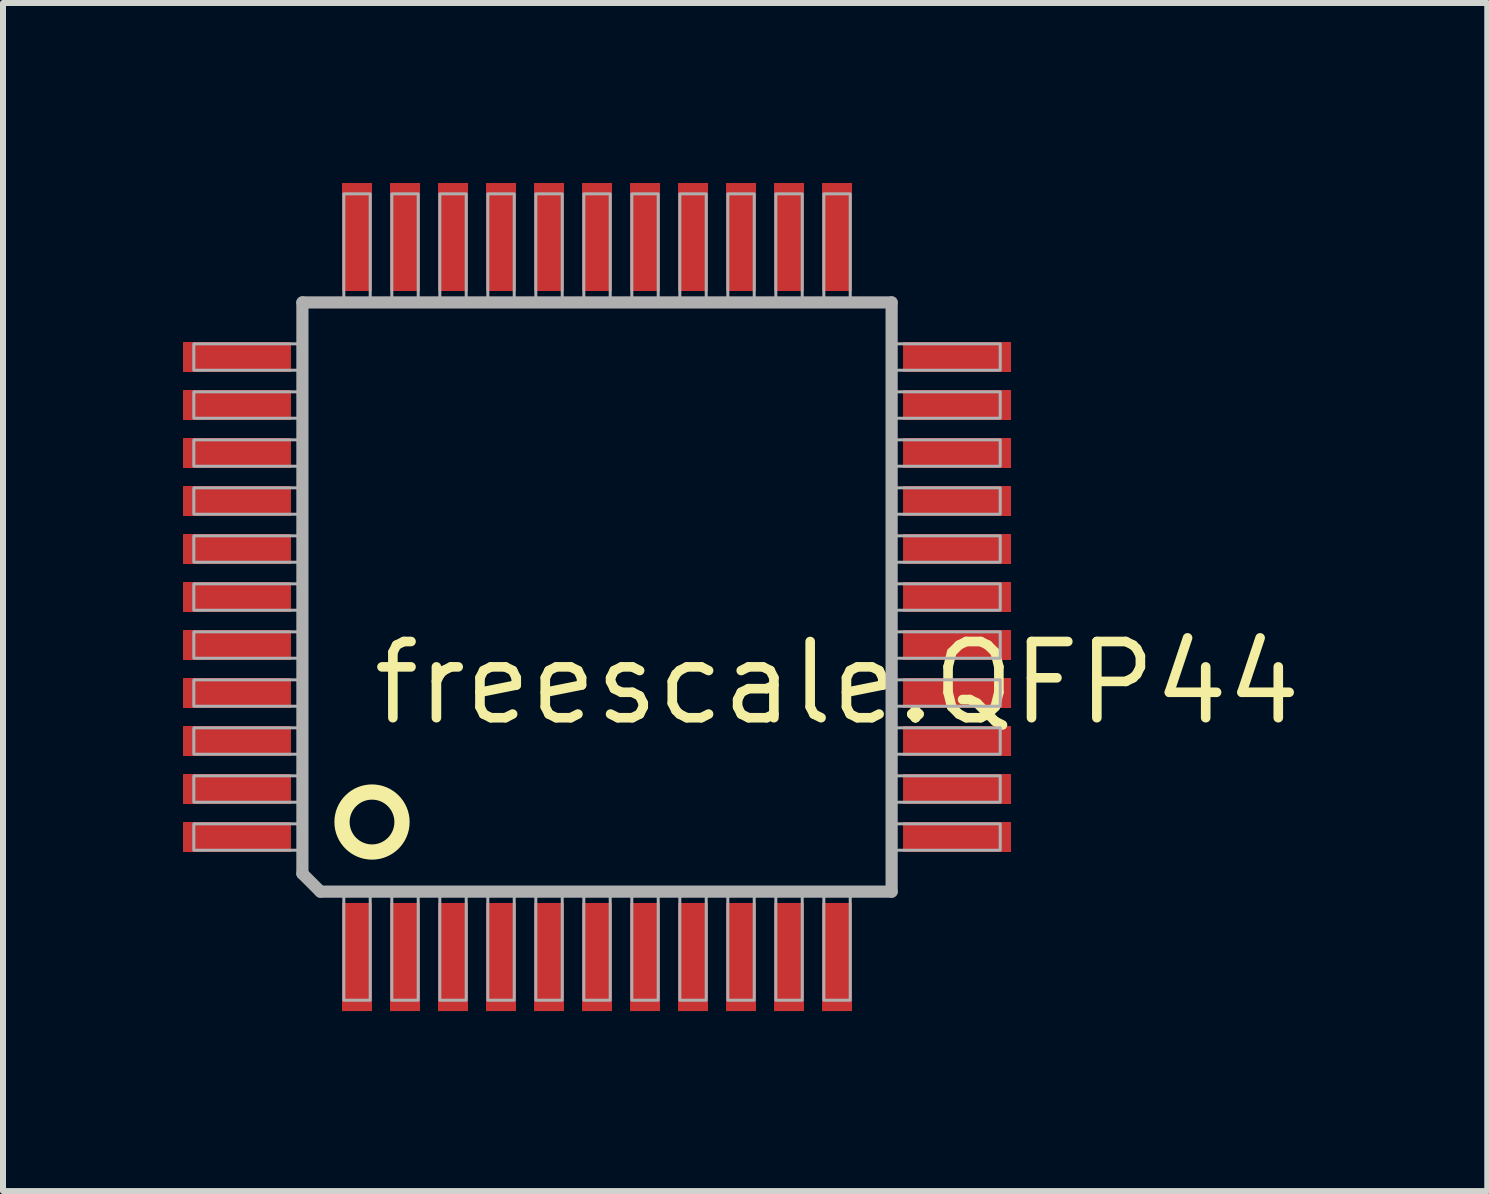
<source format=kicad_pcb>
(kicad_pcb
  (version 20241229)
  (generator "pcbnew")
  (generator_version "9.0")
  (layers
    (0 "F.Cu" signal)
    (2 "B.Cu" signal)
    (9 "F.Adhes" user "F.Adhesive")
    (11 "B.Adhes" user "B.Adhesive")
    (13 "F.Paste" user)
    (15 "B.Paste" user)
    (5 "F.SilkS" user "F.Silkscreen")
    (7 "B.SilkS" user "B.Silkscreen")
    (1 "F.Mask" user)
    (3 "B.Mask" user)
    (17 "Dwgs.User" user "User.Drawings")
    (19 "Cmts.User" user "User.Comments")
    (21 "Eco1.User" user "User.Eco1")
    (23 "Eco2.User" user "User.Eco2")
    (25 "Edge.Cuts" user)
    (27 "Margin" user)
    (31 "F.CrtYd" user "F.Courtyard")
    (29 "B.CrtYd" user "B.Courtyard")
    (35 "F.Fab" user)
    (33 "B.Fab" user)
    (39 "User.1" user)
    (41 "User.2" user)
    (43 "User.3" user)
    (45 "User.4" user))
  (footprint "freescale.QFP44"
    (layer "F.Cu")
    (at 6.9 6.9)
    (property "Reference" "freescale.QFP44" (at -3.81 2.175 0) (layer "F.SilkS") (effects (font (size 1.27 1.27) (thickness 0.16)) (justify left bottom)))
    (attr smd)
    (fp_circle (center -3.75 3.75) (end -3.25 3.75) (stroke (width 0.254) (type default)) (fill no) (layer "F.SilkS"))
    (fp_line (start -4.91 -4.91) (end -4.91 4.61) (stroke (width 0.203) (type default)) (layer "F.Fab"))
    (fp_line (start -4.91 4.61) (end -4.61 4.91) (stroke (width 0.203) (type default)) (layer "F.Fab"))
    (fp_line (start -4.61 4.91) (end 4.91 4.91) (stroke (width 0.203) (type default)) (layer "F.Fab"))
    (fp_line (start 4.91 -4.91) (end -4.91 -4.91) (stroke (width 0.203) (type default)) (layer "F.Fab"))
    (fp_line (start 4.91 4.91) (end 4.91 -4.91) (stroke (width 0.203) (type default)) (layer "F.Fab"))
    (fp_rect (start -6.72 -3.78) (end -4.95 -4.22) (stroke (width 0.05) (type default)) (fill no) (layer "F.Fab"))
    (fp_rect (start -6.72 -2.98) (end -4.95 -3.42) (stroke (width 0.05) (type default)) (fill no) (layer "F.Fab"))
    (fp_rect (start -6.72 -2.18) (end -4.95 -2.62) (stroke (width 0.05) (type default)) (fill no) (layer "F.Fab"))
    (fp_rect (start -6.72 -1.38) (end -4.95 -1.82) (stroke (width 0.05) (type default)) (fill no) (layer "F.Fab"))
    (fp_rect (start -6.72 -0.58) (end -4.95 -1.02) (stroke (width 0.05) (type default)) (fill no) (layer "F.Fab"))
    (fp_rect (start -6.72 0.22) (end -4.95 -0.22) (stroke (width 0.05) (type default)) (fill no) (layer "F.Fab"))
    (fp_rect (start -6.72 1.02) (end -4.95 0.58) (stroke (width 0.05) (type default)) (fill no) (layer "F.Fab"))
    (fp_rect (start -6.72 1.82) (end -4.95 1.38) (stroke (width 0.05) (type default)) (fill no) (layer "F.Fab"))
    (fp_rect (start -6.72 2.62) (end -4.95 2.18) (stroke (width 0.05) (type default)) (fill no) (layer "F.Fab"))
    (fp_rect (start -6.72 3.42) (end -4.95 2.98) (stroke (width 0.05) (type default)) (fill no) (layer "F.Fab"))
    (fp_rect (start -6.72 4.22) (end -4.95 3.78) (stroke (width 0.05) (type default)) (fill no) (layer "F.Fab"))
    (fp_rect (start -4.22 -4.95) (end -3.78 -6.72) (stroke (width 0.05) (type default)) (fill no) (layer "F.Fab"))
    (fp_rect (start -4.22 6.72) (end -3.78 4.95) (stroke (width 0.05) (type default)) (fill no) (layer "F.Fab"))
    (fp_rect (start -3.42 -4.95) (end -2.98 -6.72) (stroke (width 0.05) (type default)) (fill no) (layer "F.Fab"))
    (fp_rect (start -3.42 6.72) (end -2.98 4.95) (stroke (width 0.05) (type default)) (fill no) (layer "F.Fab"))
    (fp_rect (start -2.62 -4.95) (end -2.18 -6.72) (stroke (width 0.05) (type default)) (fill no) (layer "F.Fab"))
    (fp_rect (start -2.62 6.72) (end -2.18 4.95) (stroke (width 0.05) (type default)) (fill no) (layer "F.Fab"))
    (fp_rect (start -1.82 -4.95) (end -1.38 -6.72) (stroke (width 0.05) (type default)) (fill no) (layer "F.Fab"))
    (fp_rect (start -1.82 6.72) (end -1.38 4.95) (stroke (width 0.05) (type default)) (fill no) (layer "F.Fab"))
    (fp_rect (start -1.02 -4.95) (end -0.58 -6.72) (stroke (width 0.05) (type default)) (fill no) (layer "F.Fab"))
    (fp_rect (start -1.02 6.72) (end -0.58 4.95) (stroke (width 0.05) (type default)) (fill no) (layer "F.Fab"))
    (fp_rect (start -0.22 -4.95) (end 0.22 -6.72) (stroke (width 0.05) (type default)) (fill no) (layer "F.Fab"))
    (fp_rect (start -0.22 6.72) (end 0.22 4.95) (stroke (width 0.05) (type default)) (fill no) (layer "F.Fab"))
    (fp_rect (start 0.58 -4.95) (end 1.02 -6.72) (stroke (width 0.05) (type default)) (fill no) (layer "F.Fab"))
    (fp_rect (start 0.58 6.72) (end 1.02 4.95) (stroke (width 0.05) (type default)) (fill no) (layer "F.Fab"))
    (fp_rect (start 1.38 -4.95) (end 1.82 -6.72) (stroke (width 0.05) (type default)) (fill no) (layer "F.Fab"))
    (fp_rect (start 1.38 6.72) (end 1.82 4.95) (stroke (width 0.05) (type default)) (fill no) (layer "F.Fab"))
    (fp_rect (start 2.18 -4.95) (end 2.62 -6.72) (stroke (width 0.05) (type default)) (fill no) (layer "F.Fab"))
    (fp_rect (start 2.18 6.72) (end 2.62 4.95) (stroke (width 0.05) (type default)) (fill no) (layer "F.Fab"))
    (fp_rect (start 2.98 -4.95) (end 3.42 -6.72) (stroke (width 0.05) (type default)) (fill no) (layer "F.Fab"))
    (fp_rect (start 2.98 6.72) (end 3.42 4.95) (stroke (width 0.05) (type default)) (fill no) (layer "F.Fab"))
    (fp_rect (start 3.78 -4.95) (end 4.22 -6.72) (stroke (width 0.05) (type default)) (fill no) (layer "F.Fab"))
    (fp_rect (start 3.78 6.72) (end 4.22 4.95) (stroke (width 0.05) (type default)) (fill no) (layer "F.Fab"))
    (fp_rect (start 4.95 -3.78) (end 6.72 -4.22) (stroke (width 0.05) (type default)) (fill no) (layer "F.Fab"))
    (fp_rect (start 4.95 -2.98) (end 6.72 -3.42) (stroke (width 0.05) (type default)) (fill no) (layer "F.Fab"))
    (fp_rect (start 4.95 -2.18) (end 6.72 -2.62) (stroke (width 0.05) (type default)) (fill no) (layer "F.Fab"))
    (fp_rect (start 4.95 -1.38) (end 6.72 -1.82) (stroke (width 0.05) (type default)) (fill no) (layer "F.Fab"))
    (fp_rect (start 4.95 -0.58) (end 6.72 -1.02) (stroke (width 0.05) (type default)) (fill no) (layer "F.Fab"))
    (fp_rect (start 4.95 0.22) (end 6.72 -0.22) (stroke (width 0.05) (type default)) (fill no) (layer "F.Fab"))
    (fp_rect (start 4.95 1.02) (end 6.72 0.58) (stroke (width 0.05) (type default)) (fill no) (layer "F.Fab"))
    (fp_rect (start 4.95 1.82) (end 6.72 1.38) (stroke (width 0.05) (type default)) (fill no) (layer "F.Fab"))
    (fp_rect (start 4.95 2.62) (end 6.72 2.18) (stroke (width 0.05) (type default)) (fill no) (layer "F.Fab"))
    (fp_rect (start 4.95 3.42) (end 6.72 2.98) (stroke (width 0.05) (type default)) (fill no) (layer "F.Fab"))
    (fp_rect (start 4.95 4.22) (end 6.72 3.78) (stroke (width 0.05) (type default)) (fill no) (layer "F.Fab"))
    (pad "1" smd roundrect (at -4 6) (size 0.5 1.8) (layers "F.Cu" "F.Mask" "F.Paste") (roundrect_rratio 0.01))
    (pad "2" smd roundrect (at -3.2 6) (size 0.5 1.8) (layers "F.Cu" "F.Mask" "F.Paste") (roundrect_rratio 0.01))
    (pad "3" smd roundrect (at -2.4 6) (size 0.5 1.8) (layers "F.Cu" "F.Mask" "F.Paste") (roundrect_rratio 0.01))
    (pad "4" smd roundrect (at -1.6 6) (size 0.5 1.8) (layers "F.Cu" "F.Mask" "F.Paste") (roundrect_rratio 0.01))
    (pad "5" smd roundrect (at -0.8 6) (size 0.5 1.8) (layers "F.Cu" "F.Mask" "F.Paste") (roundrect_rratio 0.01))
    (pad "6" smd roundrect (at 0 6) (size 0.5 1.8) (layers "F.Cu" "F.Mask" "F.Paste") (roundrect_rratio 0.01))
    (pad "7" smd roundrect (at 0.8 6) (size 0.5 1.8) (layers "F.Cu" "F.Mask" "F.Paste") (roundrect_rratio 0.01))
    (pad "8" smd roundrect (at 1.6 6) (size 0.5 1.8) (layers "F.Cu" "F.Mask" "F.Paste") (roundrect_rratio 0.01))
    (pad "9" smd roundrect (at 2.4 6) (size 0.5 1.8) (layers "F.Cu" "F.Mask" "F.Paste") (roundrect_rratio 0.01))
    (pad "10" smd roundrect (at 3.2 6) (size 0.5 1.8) (layers "F.Cu" "F.Mask" "F.Paste") (roundrect_rratio 0.01))
    (pad "11" smd roundrect (at 4 6) (size 0.5 1.8) (layers "F.Cu" "F.Mask" "F.Paste") (roundrect_rratio 0.01))
    (pad "12" smd roundrect (at 6 4) (size 1.8 0.5) (layers "F.Cu" "F.Mask" "F.Paste") (roundrect_rratio 0.01))
    (pad "13" smd roundrect (at 6 3.2) (size 1.8 0.5) (layers "F.Cu" "F.Mask" "F.Paste") (roundrect_rratio 0.01))
    (pad "14" smd roundrect (at 6 2.4) (size 1.8 0.5) (layers "F.Cu" "F.Mask" "F.Paste") (roundrect_rratio 0.01))
    (pad "15" smd roundrect (at 6 1.6) (size 1.8 0.5) (layers "F.Cu" "F.Mask" "F.Paste") (roundrect_rratio 0.01))
    (pad "16" smd roundrect (at 6 0.8) (size 1.8 0.5) (layers "F.Cu" "F.Mask" "F.Paste") (roundrect_rratio 0.01))
    (pad "17" smd roundrect (at 6 0) (size 1.8 0.5) (layers "F.Cu" "F.Mask" "F.Paste") (roundrect_rratio 0.01))
    (pad "18" smd roundrect (at 6 -0.8) (size 1.8 0.5) (layers "F.Cu" "F.Mask" "F.Paste") (roundrect_rratio 0.01))
    (pad "19" smd roundrect (at 6 -1.6) (size 1.8 0.5) (layers "F.Cu" "F.Mask" "F.Paste") (roundrect_rratio 0.01))
    (pad "20" smd roundrect (at 6 -2.4) (size 1.8 0.5) (layers "F.Cu" "F.Mask" "F.Paste") (roundrect_rratio 0.01))
    (pad "21" smd roundrect (at 6 -3.2) (size 1.8 0.5) (layers "F.Cu" "F.Mask" "F.Paste") (roundrect_rratio 0.01))
    (pad "22" smd roundrect (at 6 -4) (size 1.8 0.5) (layers "F.Cu" "F.Mask" "F.Paste") (roundrect_rratio 0.01))
    (pad "23" smd roundrect (at 4 -6) (size 0.5 1.8) (layers "F.Cu" "F.Mask" "F.Paste") (roundrect_rratio 0.01))
    (pad "24" smd roundrect (at 3.2 -6) (size 0.5 1.8) (layers "F.Cu" "F.Mask" "F.Paste") (roundrect_rratio 0.01))
    (pad "25" smd roundrect (at 2.4 -6) (size 0.5 1.8) (layers "F.Cu" "F.Mask" "F.Paste") (roundrect_rratio 0.01))
    (pad "26" smd roundrect (at 1.6 -6) (size 0.5 1.8) (layers "F.Cu" "F.Mask" "F.Paste") (roundrect_rratio 0.01))
    (pad "27" smd roundrect (at 0.8 -6) (size 0.5 1.8) (layers "F.Cu" "F.Mask" "F.Paste") (roundrect_rratio 0.01))
    (pad "28" smd roundrect (at 0 -6) (size 0.5 1.8) (layers "F.Cu" "F.Mask" "F.Paste") (roundrect_rratio 0.01))
    (pad "29" smd roundrect (at -0.8 -6) (size 0.5 1.8) (layers "F.Cu" "F.Mask" "F.Paste") (roundrect_rratio 0.01))
    (pad "30" smd roundrect (at -1.6 -6) (size 0.5 1.8) (layers "F.Cu" "F.Mask" "F.Paste") (roundrect_rratio 0.01))
    (pad "31" smd roundrect (at -2.4 -6) (size 0.5 1.8) (layers "F.Cu" "F.Mask" "F.Paste") (roundrect_rratio 0.01))
    (pad "32" smd roundrect (at -3.2 -6) (size 0.5 1.8) (layers "F.Cu" "F.Mask" "F.Paste") (roundrect_rratio 0.01))
    (pad "33" smd roundrect (at -4 -6) (size 0.5 1.8) (layers "F.Cu" "F.Mask" "F.Paste") (roundrect_rratio 0.01))
    (pad "34" smd roundrect (at -6 -4) (size 1.8 0.5) (layers "F.Cu" "F.Mask" "F.Paste") (roundrect_rratio 0.01))
    (pad "35" smd roundrect (at -6 -3.2) (size 1.8 0.5) (layers "F.Cu" "F.Mask" "F.Paste") (roundrect_rratio 0.01))
    (pad "36" smd roundrect (at -6 -2.4) (size 1.8 0.5) (layers "F.Cu" "F.Mask" "F.Paste") (roundrect_rratio 0.01))
    (pad "37" smd roundrect (at -6 -1.6) (size 1.8 0.5) (layers "F.Cu" "F.Mask" "F.Paste") (roundrect_rratio 0.01))
    (pad "38" smd roundrect (at -6 -0.8) (size 1.8 0.5) (layers "F.Cu" "F.Mask" "F.Paste") (roundrect_rratio 0.01))
    (pad "39" smd roundrect (at -6 0) (size 1.8 0.5) (layers "F.Cu" "F.Mask" "F.Paste") (roundrect_rratio 0.01))
    (pad "40" smd roundrect (at -6 0.8) (size 1.8 0.5) (layers "F.Cu" "F.Mask" "F.Paste") (roundrect_rratio 0.01))
    (pad "41" smd roundrect (at -6 1.6) (size 1.8 0.5) (layers "F.Cu" "F.Mask" "F.Paste") (roundrect_rratio 0.01))
    (pad "42" smd roundrect (at -6 2.4) (size 1.8 0.5) (layers "F.Cu" "F.Mask" "F.Paste") (roundrect_rratio 0.01))
    (pad "43" smd roundrect (at -6 3.2) (size 1.8 0.5) (layers "F.Cu" "F.Mask" "F.Paste") (roundrect_rratio 0.01))
    (pad "44" smd roundrect (at -6 4) (size 1.8 0.5) (layers "F.Cu" "F.Mask" "F.Paste") (roundrect_rratio 0.01)))
  (gr_rect
    (start -3 -3)
    (end 21.737 16.8)
    (stroke (width 0.1) (type default))
    (fill no)
    (layer "Edge.Cuts")))
</source>
